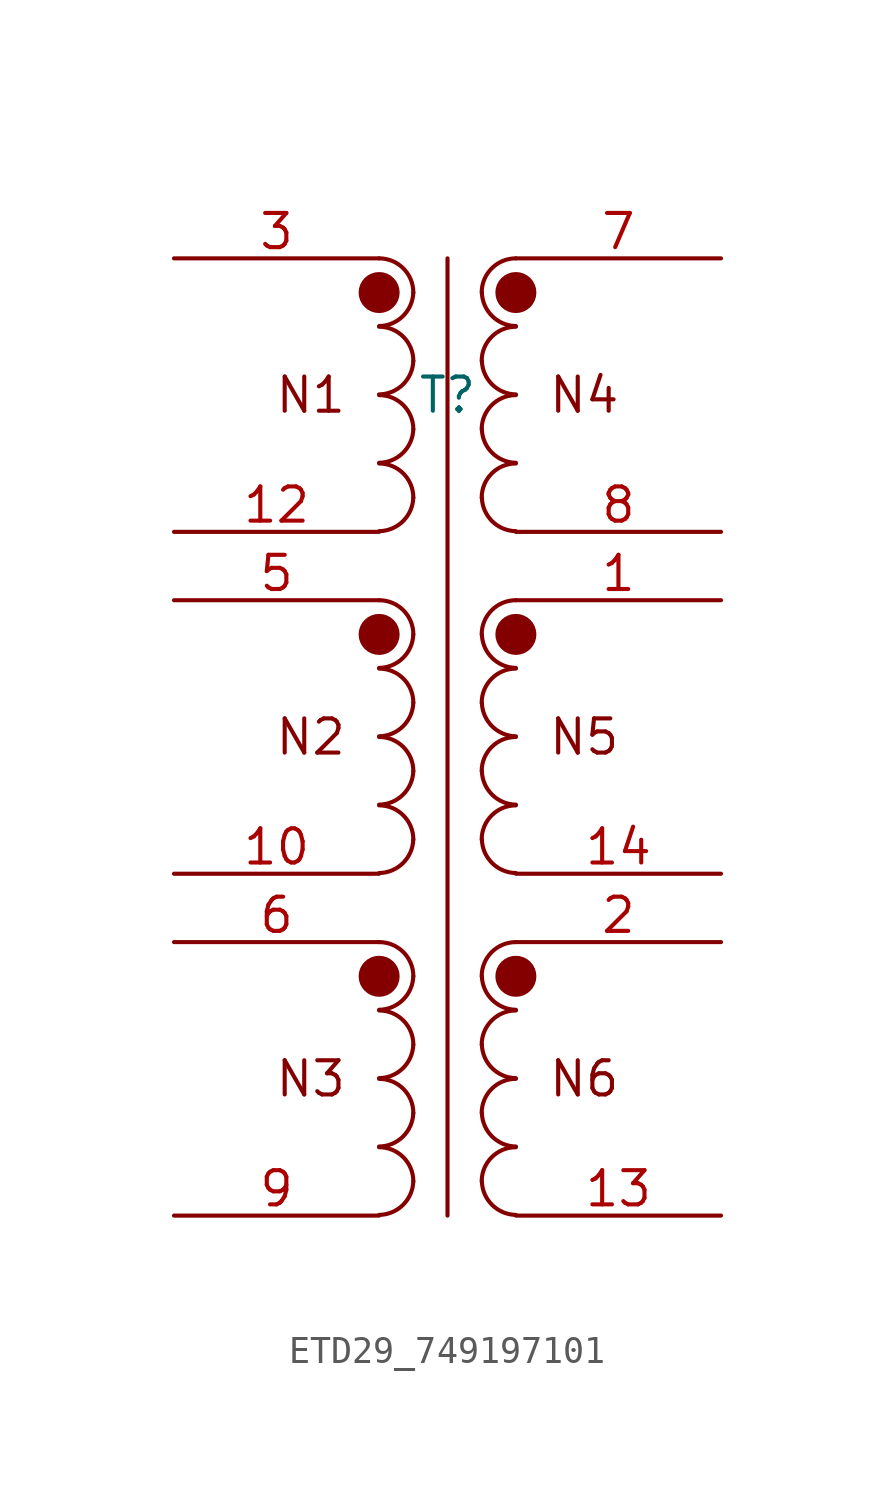
<source format=kicad_sym>
(kicad_symbol_lib
  (version 20220914)
  (generator kicad_symbol_editor)
  (symbol "ETD29_749197101"
    (pin_names hide)
    (property "Reference" "T"
      (at 0 12.7 0)
      (effects (font (size 1.27 1.27))))
    (property "Critical Parameter" ""
      (at 0 -5.08 0)
      (effects (font (size 1.27 1.27)) (justify left)))
    (symbol "ETD29_749197101_0_1"
      (arc (start -2.54 -17.7546) (mid -1.6561 -17.3863) (end -1.27 -16.51) (stroke (width 0) (type default)) (fill (type none)))
      (arc (start -2.54 -15.2146) (mid -1.6561 -14.8463) (end -1.27 -13.97) (stroke (width 0) (type default)) (fill (type none)))
      (arc (start -2.54 -12.6746) (mid -1.6561 -12.3063) (end -1.27 -11.43) (stroke (width 0) (type default)) (fill (type none)))
      (arc (start -2.54 -10.1346) (mid -1.6561 -9.7663) (end -1.27 -8.89) (stroke (width 0) (type default)) (fill (type none)))
      (arc (start -2.54 -5.0546) (mid -1.6561 -4.6863) (end -1.27 -3.81) (stroke (width 0) (type default)) (fill (type none)))
      (arc (start -2.54 -2.5146) (mid -1.6561 -2.1463) (end -1.27 -1.27) (stroke (width 0) (type default)) (fill (type none)))
      (arc (start -2.54 0.0254) (mid -1.6561 0.3937) (end -1.27 1.27) (stroke (width 0) (type default)) (fill (type none)))
      (arc (start -2.54 2.5654) (mid -1.6561 2.9337) (end -1.27 3.81) (stroke (width 0) (type default)) (fill (type none)))
      (arc (start -2.54 7.6454) (mid -1.6561 8.0137) (end -1.27 8.89) (stroke (width 0) (type default)) (fill (type none)))
      (arc (start -2.54 10.1854) (mid -1.6561 10.5537) (end -1.27 11.43) (stroke (width 0) (type default)) (fill (type none)))
      (arc (start -2.54 12.7254) (mid -1.6561 13.0937) (end -1.27 13.97) (stroke (width 0) (type default)) (fill (type none)))
      (arc (start -2.54 15.2654) (mid -1.6561 15.6337) (end -1.27 16.51) (stroke (width 0) (type default)) (fill (type none)))
      (arc (start -1.27 -16.51) (mid -1.642 -15.612) (end -2.54 -15.24) (stroke (width 0) (type default)) (fill (type none)))
      (arc (start -1.27 -13.97) (mid -1.642 -13.072) (end -2.54 -12.7) (stroke (width 0) (type default)) (fill (type none)))
      (arc (start -1.27 -11.43) (mid -1.642 -10.532) (end -2.54 -10.16) (stroke (width 0) (type default)) (fill (type none)))
      (arc (start -1.27 -8.89) (mid -1.642 -7.992) (end -2.54 -7.62) (stroke (width 0) (type default)) (fill (type none)))
      (arc (start -1.27 -3.81) (mid -1.642 -2.912) (end -2.54 -2.54) (stroke (width 0) (type default)) (fill (type none)))
      (arc (start -1.27 -1.27) (mid -1.642 -0.372) (end -2.54 0) (stroke (width 0) (type default)) (fill (type none)))
      (arc (start -1.27 1.27) (mid -1.642 2.168) (end -2.54 2.54) (stroke (width 0) (type default)) (fill (type none)))
      (arc (start -1.27 3.81) (mid -1.642 4.708) (end -2.54 5.08) (stroke (width 0) (type default)) (fill (type none)))
      (arc (start -1.27 8.89) (mid -1.642 9.788) (end -2.54 10.16) (stroke (width 0) (type default)) (fill (type none)))
      (arc (start -1.27 11.43) (mid -1.642 12.328) (end -2.54 12.7) (stroke (width 0) (type default)) (fill (type none)))
      (arc (start -1.27 13.97) (mid -1.642 14.868) (end -2.54 15.24) (stroke (width 0) (type default)) (fill (type none)))
      (arc (start -1.27 16.51) (mid -1.642 17.408) (end -2.54 17.78) (stroke (width 0) (type default)) (fill (type none)))
      (polyline (pts (xy 0 -17.78) (xy 0 17.78)) (stroke (width 0) (type default)) (fill (type none)))
      (arc (start 1.27 -16.51) (mid 1.6561 -17.3863) (end 2.54 -17.7546) (stroke (width 0) (type default)) (fill (type none)))
      (arc (start 1.27 -13.97) (mid 1.6561 -14.8463) (end 2.54 -15.2146) (stroke (width 0) (type default)) (fill (type none)))
      (arc (start 1.27 -11.43) (mid 1.6561 -12.3063) (end 2.54 -12.6746) (stroke (width 0) (type default)) (fill (type none)))
      (arc (start 1.27 -8.89) (mid 1.6561 -9.7663) (end 2.54 -10.1346) (stroke (width 0) (type default)) (fill (type none)))
      (arc (start 1.27 -3.81) (mid 1.6561 -4.6863) (end 2.54 -5.0546) (stroke (width 0) (type default)) (fill (type none)))
      (arc (start 1.27 -1.27) (mid 1.6561 -2.1463) (end 2.54 -2.5146) (stroke (width 0) (type default)) (fill (type none)))
      (arc (start 1.27 1.27) (mid 1.6561 0.3937) (end 2.54 0.0254) (stroke (width 0) (type default)) (fill (type none)))
      (arc (start 1.27 3.81) (mid 1.6561 2.9337) (end 2.54 2.5654) (stroke (width 0) (type default)) (fill (type none)))
      (arc (start 1.27 8.89) (mid 1.6561 8.0137) (end 2.54 7.6454) (stroke (width 0) (type default)) (fill (type none)))
      (arc (start 1.27 11.43) (mid 1.6561 10.5537) (end 2.54 10.1854) (stroke (width 0) (type default)) (fill (type none)))
      (arc (start 1.27 13.97) (mid 1.6561 13.0937) (end 2.54 12.7254) (stroke (width 0) (type default)) (fill (type none)))
      (arc (start 1.27 16.51) (mid 1.6561 15.6337) (end 2.54 15.2654) (stroke (width 0) (type default)) (fill (type none)))
      (arc (start 2.54 -15.24) (mid 1.642 -15.612) (end 1.27 -16.51) (stroke (width 0) (type default)) (fill (type none)))
      (arc (start 2.54 -12.7) (mid 1.642 -13.072) (end 1.27 -13.97) (stroke (width 0) (type default)) (fill (type none)))
      (arc (start 2.54 -10.16) (mid 1.642 -10.532) (end 1.27 -11.43) (stroke (width 0) (type default)) (fill (type none)))
      (arc (start 2.54 -7.62) (mid 1.642 -7.992) (end 1.27 -8.89) (stroke (width 0) (type default)) (fill (type none)))
      (arc (start 2.54 -2.54) (mid 1.642 -2.912) (end 1.27 -3.81) (stroke (width 0) (type default)) (fill (type none)))
      (arc (start 2.54 0) (mid 1.642 -0.372) (end 1.27 -1.27) (stroke (width 0) (type default)) (fill (type none)))
      (arc (start 2.54 2.54) (mid 1.642 2.168) (end 1.27 1.27) (stroke (width 0) (type default)) (fill (type none)))
      (arc (start 2.54 5.08) (mid 1.642 4.708) (end 1.27 3.81) (stroke (width 0) (type default)) (fill (type none)))
      (arc (start 2.54 10.16) (mid 1.642 9.788) (end 1.27 8.89) (stroke (width 0) (type default)) (fill (type none)))
      (arc (start 2.54 12.7) (mid 1.642 12.328) (end 1.27 11.43) (stroke (width 0) (type default)) (fill (type none)))
      (arc (start 2.54 15.24) (mid 1.642 14.868) (end 1.27 13.97) (stroke (width 0) (type default)) (fill (type none)))
      (arc (start 2.54 17.78) (mid 1.642 17.408) (end 1.27 16.51) (stroke (width 0) (type default)) (fill (type none))))
    (symbol "ETD29_749197101_1_1"
      (circle (center -2.54 -8.89) (radius 0.0001) (stroke (width 0.762) (type default)) (fill (type none)))
      (circle (center -2.54 3.81) (radius 0.0001) (stroke (width 0.762) (type default)) (fill (type none)))
      (circle (center -2.54 16.51) (radius 0.0001) (stroke (width 0.762) (type default)) (fill (type none)))
      (circle (center 2.54 -8.89) (radius 0.0001) (stroke (width 0.762) (type default)) (fill (type none)))
      (circle (center 2.54 3.81) (radius 0.0001) (stroke (width 0.762) (type default)) (fill (type none)))
      (circle (center 2.54 16.51) (radius 0.0001) (stroke (width 0.762) (type default)) (fill (type none)))
      (text "N1" (at -5.08 12.7 0) (effects (font (size 1.27 1.27))))
      (text "N2" (at -5.08 0 0) (effects (font (size 1.27 1.27))))
      (text "N3" (at -5.08 -12.7 0) (effects (font (size 1.27 1.27))))
      (text "N4" (at 5.08 12.7 0) (effects (font (size 1.27 1.27))))
      (text "N5" (at 5.08 0 0) (effects (font (size 1.27 1.27))))
      (text "N6" (at 5.08 -12.7 0) (effects (font (size 1.27 1.27))))
      (pin passive line (at -10.16 17.78 0) (length 7.62) (name "3" (effects (font (size 1.27 1.27)))) (number "3" (effects (font (size 1.27 1.27)))))
      (pin passive line (at -10.16 7.62 0) (length 7.62) (name "12" (effects (font (size 1.27 1.27)))) (number "12" (effects (font (size 1.27 1.27)))))
      (pin passive line (at -10.16 5.08 0) (length 7.62) (name "5" (effects (font (size 1.27 1.27)))) (number "5" (effects (font (size 1.27 1.27)))))
      (pin passive line (at -10.16 -5.08 0) (length 7.62) (name "10" (effects (font (size 1.27 1.27)))) (number "10" (effects (font (size 1.27 1.27)))))
      (pin passive line (at -10.16 -7.62 0) (length 7.62) (name "6" (effects (font (size 1.27 1.27)))) (number "6" (effects (font (size 1.27 1.27)))))
      (pin passive line (at -10.16 -17.78 0) (length 7.62) (name "9" (effects (font (size 1.27 1.27)))) (number "9" (effects (font (size 1.27 1.27)))))
      (pin passive line (at 10.16 -17.78 180) (length 7.62) (name "13" (effects (font (size 1.27 1.27)))) (number "13" (effects (font (size 1.27 1.27)))))
      (pin passive line (at 10.16 -7.62 180) (length 7.62) (name "2" (effects (font (size 1.27 1.27)))) (number "2" (effects (font (size 1.27 1.27)))))
      (pin passive line (at 10.16 -5.08 180) (length 7.62) (name "14" (effects (font (size 1.27 1.27)))) (number "14" (effects (font (size 1.27 1.27)))))
      (pin passive line (at 10.16 5.08 180) (length 7.62) (name "1" (effects (font (size 1.27 1.27)))) (number "1" (effects (font (size 1.27 1.27)))))
      (pin passive line (at 10.16 7.62 180) (length 7.62) (name "8" (effects (font (size 1.27 1.27)))) (number "8" (effects (font (size 1.27 1.27)))))
      (pin passive line (at 10.16 17.78 180) (length 7.62) (name "7" (effects (font (size 1.27 1.27)))) (number "7" (effects (font (size 1.27 1.27))))))))
</source>
